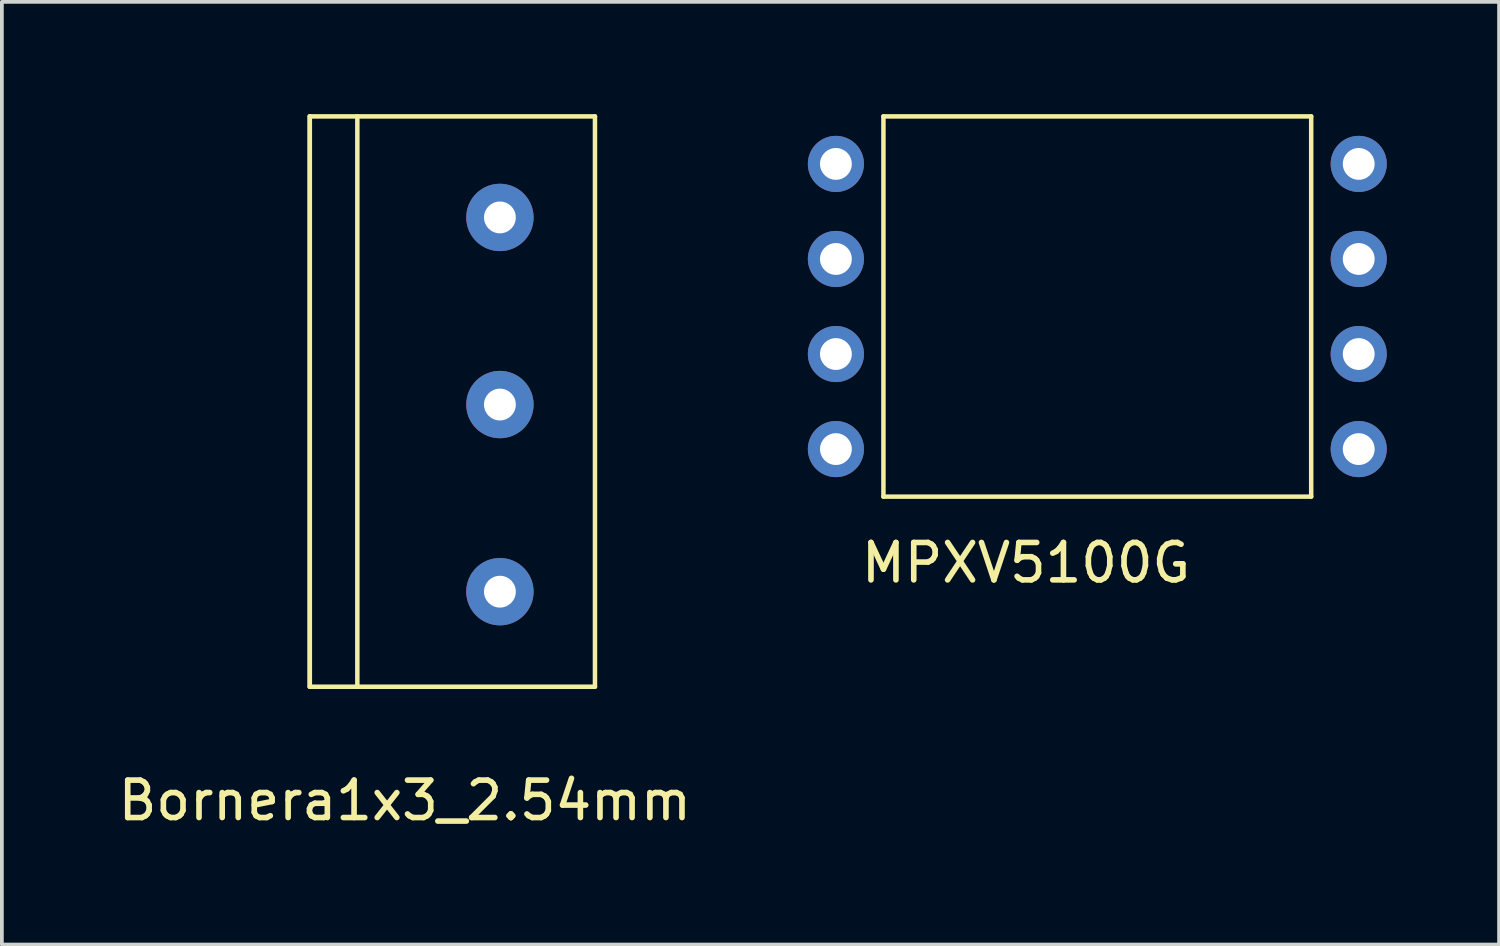
<source format=kicad_pcb>
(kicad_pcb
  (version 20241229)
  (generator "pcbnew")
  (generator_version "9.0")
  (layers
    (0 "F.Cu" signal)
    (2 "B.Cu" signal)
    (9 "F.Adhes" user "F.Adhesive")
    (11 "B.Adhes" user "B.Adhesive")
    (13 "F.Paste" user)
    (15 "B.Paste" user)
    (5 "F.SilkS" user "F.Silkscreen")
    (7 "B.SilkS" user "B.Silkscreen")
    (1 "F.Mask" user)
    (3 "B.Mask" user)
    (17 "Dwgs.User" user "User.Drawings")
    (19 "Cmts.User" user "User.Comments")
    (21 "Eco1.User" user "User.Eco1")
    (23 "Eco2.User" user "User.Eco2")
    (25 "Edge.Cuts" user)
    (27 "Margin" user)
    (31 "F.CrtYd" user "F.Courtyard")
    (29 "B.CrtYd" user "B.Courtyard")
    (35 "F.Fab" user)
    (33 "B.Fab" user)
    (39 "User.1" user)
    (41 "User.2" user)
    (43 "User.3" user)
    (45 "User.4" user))
  (footprint "MPXV5100G"
    (layer "F.Cu")
    (at 19.286 1.33)
    (property "Reference" "MPXV5100G" (at 5.08 10.66 0) (layer "F.SilkS") (effects (font (size 1 1) (thickness 0.15))))
    (attr through_hole)
    (fp_line (start 1.27 -1.27) (end 12.7 -1.27) (stroke (width 0.12) (type solid)) (layer "F.SilkS"))
    (fp_line (start 1.27 8.89) (end 1.27 -1.27) (stroke (width 0.12) (type solid)) (layer "F.SilkS"))
    (fp_line (start 12.7 -1.27) (end 12.7 8.89) (stroke (width 0.12) (type solid)) (layer "F.SilkS"))
    (fp_line (start 12.7 8.89) (end 1.27 8.89) (stroke (width 0.12) (type solid)) (layer "F.SilkS"))
    (pad "1" thru_hole circle (at 0 0) (size 1.5 1.5) (drill 0.85) (layers "*.Cu" "*.Mask"))
    (pad "2" thru_hole circle (at 0 2.54) (size 1.5 1.5) (drill 0.85) (layers "*.Cu" "*.Mask"))
    (pad "3" thru_hole circle (at 0 5.08) (size 1.5 1.5) (drill 0.85) (layers "*.Cu" "*.Mask"))
    (pad "4" thru_hole circle (at 0 7.62) (size 1.5 1.5) (drill 0.85) (layers "*.Cu" "*.Mask"))
    (pad "5" thru_hole circle (at 13.97 7.62) (size 1.5 1.5) (drill 0.85) (layers "*.Cu" "*.Mask"))
    (pad "6" thru_hole circle (at 13.97 5.08) (size 1.5 1.5) (drill 0.85) (layers "*.Cu" "*.Mask"))
    (pad "7" thru_hole circle (at 13.97 2.54) (size 1.5 1.5) (drill 0.85) (layers "*.Cu" "*.Mask"))
    (pad "8" thru_hole circle (at 13.97 0) (size 1.5 1.5) (drill 0.85) (layers "*.Cu" "*.Mask")))
  (footprint "Bornera1x3_2.54mm"
    (layer "F.Cu")
    (at 10.308 12.76)
    (property "Reference" "Bornera1x3_2.54mm" (at -2.54 5.58 0) (layer "F.SilkS") (effects (font (size 1 1) (thickness 0.15))))
    (attr through_hole)
    (fp_line (start -5.08 -12.7) (end -5.08 2.54) (stroke (width 0.12) (type solid)) (layer "F.SilkS"))
    (fp_line (start -5.08 -12.7) (end -5.08 2.54) (stroke (width 0.12) (type solid)) (layer "F.SilkS"))
    (fp_line (start -5.08 2.54) (end 2.54 2.54) (stroke (width 0.12) (type solid)) (layer "F.SilkS"))
    (fp_line (start -3.81 -12.7) (end -3.81 2.54) (stroke (width 0.12) (type solid)) (layer "F.SilkS"))
    (fp_line (start 2.54 -12.7) (end -5.08 -12.7) (stroke (width 0.12) (type solid)) (layer "F.SilkS"))
    (fp_line (start 2.54 2.54) (end 2.54 -12.7) (stroke (width 0.12) (type solid)) (layer "F.SilkS"))
    (pad "1" thru_hole circle (at 0 0) (size 1.8 1.8) (drill 0.85) (layers "*.Cu" "*.Mask"))
    (pad "2" thru_hole circle (at 0 -5) (size 1.8 1.8) (drill 0.85) (layers "*.Cu" "*.Mask"))
    (pad "3" thru_hole circle (at 0 -10) (size 1.8 1.8) (drill 0.85) (layers "*.Cu" "*.Mask")))
  (gr_rect
    (start -3 -3)
    (end 37.006 22.188)
    (stroke (width 0.1) (type default))
    (fill no)
    (layer "Edge.Cuts")))
</source>
